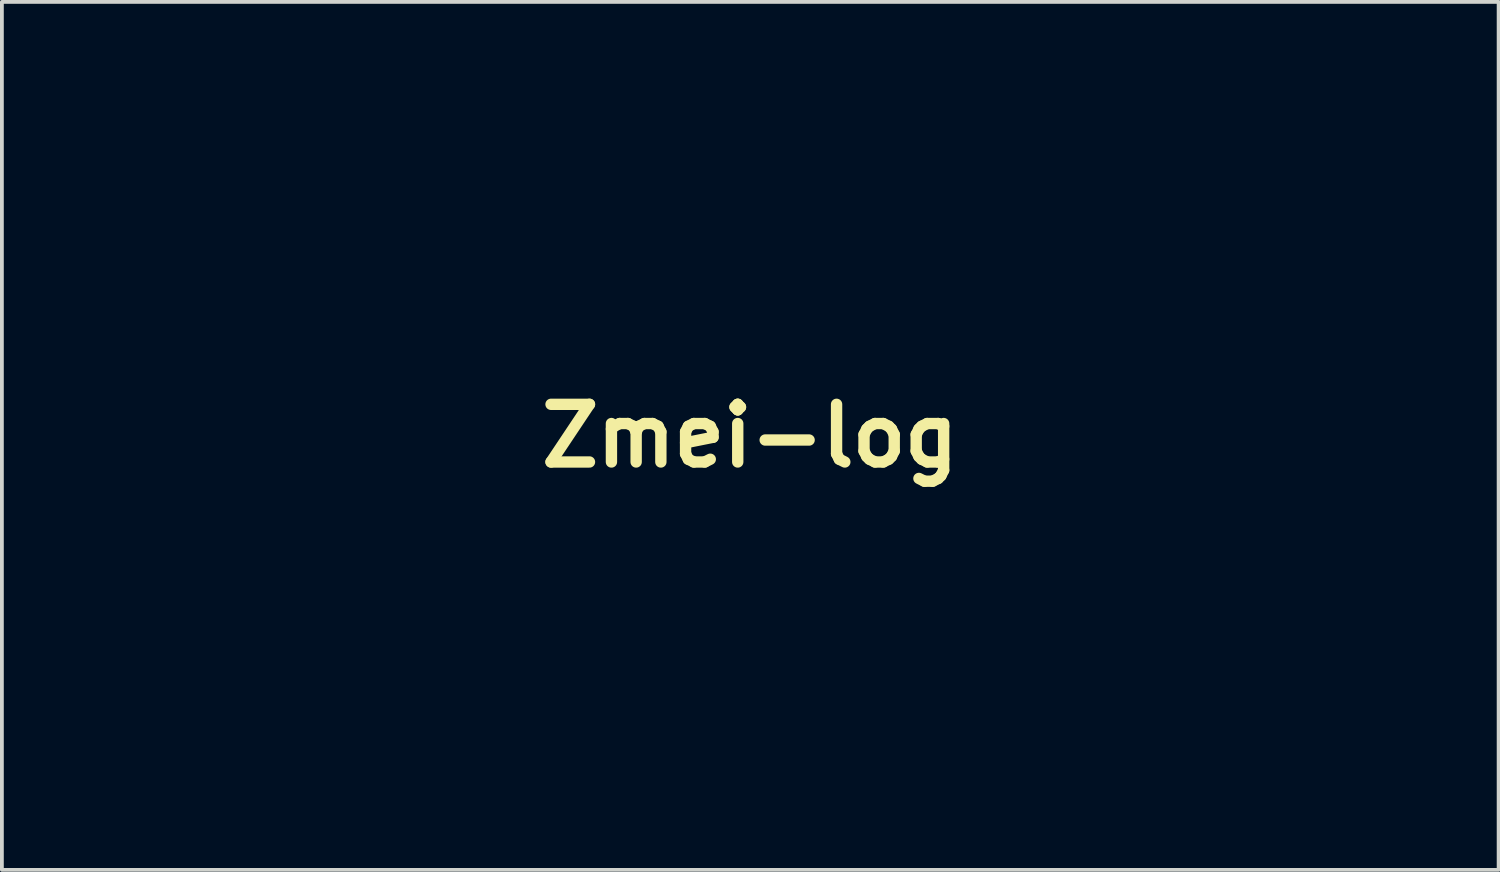
<source format=kicad_pcb>
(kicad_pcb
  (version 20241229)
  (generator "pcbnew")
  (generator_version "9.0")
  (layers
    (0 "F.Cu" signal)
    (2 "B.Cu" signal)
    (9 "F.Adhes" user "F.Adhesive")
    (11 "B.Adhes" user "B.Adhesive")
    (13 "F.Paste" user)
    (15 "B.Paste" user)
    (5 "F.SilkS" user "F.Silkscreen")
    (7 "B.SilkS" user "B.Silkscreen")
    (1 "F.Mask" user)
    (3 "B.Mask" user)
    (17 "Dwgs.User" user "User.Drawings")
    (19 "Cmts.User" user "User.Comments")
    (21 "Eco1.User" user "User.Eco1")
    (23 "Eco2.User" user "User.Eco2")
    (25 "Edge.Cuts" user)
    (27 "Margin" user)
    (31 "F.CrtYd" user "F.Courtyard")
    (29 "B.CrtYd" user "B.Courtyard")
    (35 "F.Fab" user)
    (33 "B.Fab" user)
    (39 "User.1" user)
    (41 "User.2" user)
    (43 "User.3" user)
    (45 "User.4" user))
  (footprint "Zmei-log"
    (layer "F.Cu")
    (at 16.777 8.472)
    (property "Reference" "Zmei-log" (at 0 0 0) (layer "F.SilkS") (effects (font (size 1.524 1.524) (thickness 0.3))))
    (attr through_hole)
    (fp_poly (pts (xy -0.971 -0.277) (xy -0.909 -0.269) (xy -0.86 -0.256) (xy -0.822 -0.236) (xy -0.793 -0.21) (xy -0.775 -0.182) (xy -0.764 -0.148) (xy -0.758 -0.107) (xy -0.758 -0.063) (xy -0.764 -0.024) (xy -0.772 -0.004) (xy -0.801 0.037) (xy -0.839 0.07) (xy -0.887 0.093) (xy -0.947 0.109) (xy -1.02 0.117) (xy -1.077 0.119) (xy -1.16 0.119) (xy -1.16 -0.279) (xy -1.047 -0.279) (xy -0.971 -0.277)) (stroke (width 0.01) (type solid)) (fill no) (layer "Eco2.User"))
    (fp_poly (pts (xy 5.995 -0.278) (xy 6.047 -0.274) (xy 6.088 -0.266) (xy 6.121 -0.253) (xy 6.149 -0.235) (xy 6.169 -0.217) (xy 6.199 -0.176) (xy 6.215 -0.128) (xy 6.218 -0.078) (xy 6.209 -0.028) (xy 6.186 0.019) (xy 6.151 0.058) (xy 6.145 0.062) (xy 6.116 0.081) (xy 6.084 0.095) (xy 6.046 0.105) (xy 5.999 0.112) (xy 5.939 0.116) (xy 5.929 0.116) (xy 5.817 0.121) (xy 5.817 -0.279) (xy 5.929 -0.279) (xy 5.995 -0.278)) (stroke (width 0.01) (type solid)) (fill no) (layer "Eco2.User"))
    (fp_poly (pts (xy 4.537 -0.222) (xy 4.538 -0.216) (xy 4.541 -0.206) (xy 4.549 -0.181) (xy 4.562 -0.145) (xy 4.579 -0.099) (xy 4.599 -0.047) (xy 4.622 0.012) (xy 4.627 0.026) (xy 4.65 0.085) (xy 4.67 0.138) (xy 4.688 0.185) (xy 4.702 0.223) (xy 4.711 0.249) (xy 4.716 0.262) (xy 4.716 0.263) (xy 4.708 0.266) (xy 4.685 0.268) (xy 4.649 0.269) (xy 4.603 0.27) (xy 4.549 0.271) (xy 4.526 0.271) (xy 4.335 0.271) (xy 4.353 0.226) (xy 4.373 0.176) (xy 4.394 0.121) (xy 4.416 0.063) (xy 4.438 0.006) (xy 4.459 -0.05) (xy 4.478 -0.102) (xy 4.495 -0.146) (xy 4.508 -0.182) (xy 4.517 -0.208) (xy 4.521 -0.219) (xy 4.521 -0.22) (xy 4.528 -0.228) (xy 4.53 -0.229) (xy 4.537 -0.222)) (stroke (width 0.01) (type solid)) (fill no) (layer "Eco2.User"))
    (fp_poly (pts (xy 16.773 5.115) (xy 16.774 5.146) (xy 16.774 5.193) (xy 16.775 5.254) (xy 16.776 5.33) (xy 16.776 5.42) (xy 16.777 5.523) (xy 16.777 5.639) (xy 16.778 5.768) (xy 16.778 5.908) (xy 16.779 6.06) (xy 16.779 6.223) (xy 16.779 6.396) (xy 16.78 6.579) (xy 16.78 6.742) (xy 16.781 8.467) (xy 15.064 8.465) (xy 14.896 8.465) (xy 14.732 8.465) (xy 14.574 8.465) (xy 14.422 8.464) (xy 14.278 8.464) (xy 14.142 8.464) (xy 14.014 8.464) (xy 13.896 8.463) (xy 13.788 8.463) (xy 13.691 8.463) (xy 13.606 8.463) (xy 13.534 8.462) (xy 13.475 8.462) (xy 13.43 8.462) (xy 13.401 8.461) (xy 13.386 8.461) (xy 13.386 8.461) (xy 13.443 8.456) (xy 13.512 8.448) (xy 13.586 8.438) (xy 13.661 8.428) (xy 13.729 8.417) (xy 13.767 8.411) (xy 14.008 8.358) (xy 14.245 8.289) (xy 14.476 8.205) (xy 14.7 8.105) (xy 14.918 7.991) (xy 15.128 7.862) (xy 15.329 7.719) (xy 15.521 7.562) (xy 15.703 7.392) (xy 15.705 7.39) (xy 15.875 7.208) (xy 16.032 7.016) (xy 16.176 6.814) (xy 16.304 6.605) (xy 16.419 6.387) (xy 16.518 6.163) (xy 16.602 5.932) (xy 16.671 5.695) (xy 16.724 5.454) (xy 16.761 5.208) (xy 16.771 5.101) (xy 16.772 5.1) (xy 16.773 5.115)) (stroke (width 0.01) (type solid)) (fill no) (layer "Eco2.User"))
    (fp_poly (pts (xy -16.737 5.326) (xy -16.694 5.568) (xy -16.635 5.803) (xy -16.561 6.031) (xy -16.472 6.254) (xy -16.405 6.398) (xy -16.367 6.474) (xy -16.334 6.538) (xy -16.303 6.596) (xy -16.271 6.652) (xy -16.236 6.708) (xy -16.196 6.771) (xy -16.158 6.828) (xy -16.014 7.031) (xy -15.857 7.222) (xy -15.688 7.402) (xy -15.507 7.57) (xy -15.314 7.725) (xy -15.134 7.852) (xy -15.064 7.899) (xy -15.002 7.938) (xy -14.946 7.972) (xy -14.891 8.003) (xy -14.832 8.035) (xy -14.765 8.069) (xy -14.703 8.099) (xy -14.484 8.199) (xy -14.259 8.282) (xy -14.029 8.351) (xy -13.792 8.404) (xy -13.547 8.443) (xy -13.382 8.461) (xy -13.387 8.461) (xy -13.408 8.461) (xy -13.444 8.462) (xy -13.495 8.462) (xy -13.56 8.462) (xy -13.638 8.463) (xy -13.728 8.463) (xy -13.83 8.463) (xy -13.943 8.464) (xy -14.065 8.464) (xy -14.197 8.464) (xy -14.337 8.464) (xy -14.484 8.465) (xy -14.639 8.465) (xy -14.799 8.465) (xy -14.965 8.465) (xy -15.06 8.465) (xy -16.772 8.467) (xy -16.771 6.754) (xy -16.771 6.586) (xy -16.771 6.422) (xy -16.771 6.264) (xy -16.77 6.113) (xy -16.77 5.968) (xy -16.77 5.832) (xy -16.77 5.704) (xy -16.769 5.586) (xy -16.769 5.478) (xy -16.769 5.381) (xy -16.768 5.297) (xy -16.768 5.224) (xy -16.768 5.165) (xy -16.767 5.12) (xy -16.767 5.091) (xy -16.767 5.077) (xy -16.767 5.076) (xy -16.737 5.326)) (stroke (width 0.01) (type solid)) (fill no) (layer "Eco2.User"))
    (fp_poly (pts (xy -15.06 -8.465) (xy -14.892 -8.465) (xy -14.728 -8.465) (xy -14.57 -8.465) (xy -14.419 -8.464) (xy -14.274 -8.464) (xy -14.138 -8.464) (xy -14.01 -8.464) (xy -13.892 -8.463) (xy -13.784 -8.463) (xy -13.687 -8.463) (xy -13.602 -8.463) (xy -13.53 -8.462) (xy -13.471 -8.462) (xy -13.426 -8.462) (xy -13.396 -8.461) (xy -13.382 -8.461) (xy -13.382 -8.461) (xy -13.632 -8.432) (xy -13.874 -8.388) (xy -14.108 -8.329) (xy -14.337 -8.255) (xy -14.56 -8.166) (xy -14.703 -8.099) (xy -14.779 -8.062) (xy -14.844 -8.028) (xy -14.902 -7.997) (xy -14.957 -7.965) (xy -15.014 -7.93) (xy -15.077 -7.89) (xy -15.134 -7.852) (xy -15.337 -7.708) (xy -15.528 -7.551) (xy -15.708 -7.382) (xy -15.876 -7.201) (xy -16.031 -7.008) (xy -16.158 -6.828) (xy -16.204 -6.758) (xy -16.243 -6.696) (xy -16.277 -6.64) (xy -16.309 -6.585) (xy -16.341 -6.526) (xy -16.375 -6.459) (xy -16.405 -6.398) (xy -16.504 -6.178) (xy -16.588 -5.953) (xy -16.657 -5.723) (xy -16.71 -5.486) (xy -16.749 -5.241) (xy -16.767 -5.076) (xy -16.767 -5.081) (xy -16.767 -5.102) (xy -16.768 -5.138) (xy -16.768 -5.189) (xy -16.768 -5.254) (xy -16.769 -5.332) (xy -16.769 -5.423) (xy -16.769 -5.524) (xy -16.769 -5.637) (xy -16.77 -5.759) (xy -16.77 -5.891) (xy -16.77 -6.031) (xy -16.77 -6.179) (xy -16.771 -6.333) (xy -16.771 -6.494) (xy -16.771 -6.659) (xy -16.771 -6.754) (xy -16.772 -8.467) (xy -15.06 -8.465)) (stroke (width 0.01) (type solid)) (fill no) (layer "Eco2.User"))
    (fp_poly (pts (xy 16.781 -6.744) (xy 16.781 -6.574) (xy 16.781 -6.409) (xy 16.781 -6.25) (xy 16.781 -6.096) (xy 16.78 -5.95) (xy 16.78 -5.811) (xy 16.78 -5.681) (xy 16.78 -5.56) (xy 16.779 -5.449) (xy 16.779 -5.349) (xy 16.779 -5.261) (xy 16.779 -5.185) (xy 16.778 -5.123) (xy 16.778 -5.075) (xy 16.777 -5.041) (xy 16.777 -5.024) (xy 16.777 -5.021) (xy 16.774 -5.028) (xy 16.773 -5.048) (xy 16.772 -5.061) (xy 16.77 -5.112) (xy 16.764 -5.176) (xy 16.755 -5.251) (xy 16.743 -5.333) (xy 16.729 -5.419) (xy 16.712 -5.507) (xy 16.694 -5.593) (xy 16.676 -5.675) (xy 16.67 -5.698) (xy 16.602 -5.934) (xy 16.518 -6.163) (xy 16.42 -6.385) (xy 16.307 -6.6) (xy 16.18 -6.807) (xy 16.041 -7.005) (xy 15.888 -7.193) (xy 15.724 -7.371) (xy 15.548 -7.538) (xy 15.361 -7.694) (xy 15.164 -7.838) (xy 14.957 -7.969) (xy 14.741 -8.086) (xy 14.541 -8.179) (xy 14.348 -8.254) (xy 14.144 -8.32) (xy 13.932 -8.375) (xy 13.715 -8.419) (xy 13.496 -8.45) (xy 13.39 -8.461) (xy 13.395 -8.461) (xy 13.416 -8.461) (xy 13.453 -8.462) (xy 13.504 -8.462) (xy 13.569 -8.462) (xy 13.647 -8.463) (xy 13.737 -8.463) (xy 13.839 -8.463) (xy 13.951 -8.464) (xy 14.074 -8.464) (xy 14.205 -8.464) (xy 14.345 -8.464) (xy 14.493 -8.465) (xy 14.647 -8.465) (xy 14.808 -8.465) (xy 14.974 -8.465) (xy 15.069 -8.465) (xy 16.781 -8.467) (xy 16.781 -6.744)) (stroke (width 0.01) (type solid)) (fill no) (layer "Eco2.User"))
    (fp_poly (pts (xy -3.875 -6.908) (xy -3.865 -6.907) (xy -3.826 -6.898) (xy -3.801 -6.88) (xy -3.788 -6.85) (xy -3.785 -6.815) (xy -3.789 -6.769) (xy -3.801 -6.717) (xy -3.822 -6.656) (xy -3.851 -6.587) (xy -3.891 -6.507) (xy -3.94 -6.417) (xy -3.999 -6.315) (xy -4.025 -6.271) (xy -4.078 -6.181) (xy -4.122 -6.105) (xy -4.155 -6.041) (xy -4.179 -5.99) (xy -4.191 -5.959) (xy -4.196 -5.918) (xy -4.187 -5.88) (xy -4.167 -5.848) (xy -4.136 -5.826) (xy -4.098 -5.817) (xy -4.092 -5.817) (xy -4.079 -5.818) (xy -4.05 -5.823) (xy -4.007 -5.83) (xy -3.95 -5.84) (xy -3.882 -5.852) (xy -3.802 -5.866) (xy -3.713 -5.882) (xy -3.615 -5.9) (xy -3.51 -5.919) (xy -3.399 -5.94) (xy -3.282 -5.962) (xy -3.177 -5.982) (xy -3.058 -6.004) (xy -2.943 -6.026) (xy -2.834 -6.046) (xy -2.733 -6.065) (xy -2.639 -6.082) (xy -2.554 -6.098) (xy -2.48 -6.112) (xy -2.416 -6.124) (xy -2.366 -6.133) (xy -2.328 -6.14) (xy -2.305 -6.144) (xy -2.298 -6.145) (xy -2.302 -6.137) (xy -2.315 -6.117) (xy -2.336 -6.085) (xy -2.364 -6.043) (xy -2.398 -5.991) (xy -2.438 -5.931) (xy -2.482 -5.863) (xy -2.531 -5.79) (xy -2.583 -5.712) (xy -2.609 -5.673) (xy -2.663 -5.592) (xy -2.714 -5.514) (xy -2.763 -5.441) (xy -2.807 -5.374) (xy -2.846 -5.314) (xy -2.879 -5.263) (xy -2.906 -5.221) (xy -2.925 -5.191) (xy -2.936 -5.173) (xy -2.938 -5.169) (xy -2.952 -5.123) (xy -2.954 -5.072) (xy -2.944 -5.022) (xy -2.937 -5.006) (xy -2.915 -4.972) (xy -2.882 -4.942) (xy -2.838 -4.916) (xy -2.782 -4.893) (xy -2.713 -4.872) (xy -2.63 -4.854) (xy -2.532 -4.839) (xy -2.418 -4.825) (xy -2.392 -4.822) (xy -2.352 -4.818) (xy -2.304 -4.814) (xy -2.251 -4.809) (xy -2.196 -4.805) (xy -2.143 -4.801) (xy -2.095 -4.797) (xy -2.054 -4.794) (xy -2.025 -4.793) (xy -2.013 -4.792) (xy -2.017 -4.786) (xy -2.032 -4.768) (xy -2.055 -4.74) (xy -2.086 -4.702) (xy -2.125 -4.657) (xy -2.169 -4.605) (xy -2.218 -4.547) (xy -2.272 -4.484) (xy -2.289 -4.464) (xy -2.48 -4.241) (xy -2.661 -4.03) (xy -2.831 -3.831) (xy -2.99 -3.644) (xy -3.139 -3.47) (xy -3.277 -3.307) (xy -3.404 -3.157) (xy -3.52 -3.018) (xy -3.626 -2.893) (xy -3.721 -2.779) (xy -3.804 -2.678) (xy -3.877 -2.589) (xy -3.939 -2.513) (xy -3.99 -2.45) (xy -4.029 -2.399) (xy -4.058 -2.36) (xy -4.058 -2.36) (xy -4.097 -2.297) (xy -4.121 -2.237) (xy -4.129 -2.182) (xy -4.121 -2.13) (xy -4.098 -2.08) (xy -4.093 -2.073) (xy -4.058 -2.036) (xy -4.008 -2.004) (xy -3.948 -1.979) (xy -3.878 -1.96) (xy -3.801 -1.95) (xy -3.747 -1.947) (xy -3.696 -1.947) (xy -3.924 -1.797) (xy -3.993 -1.751) (xy -4.049 -1.713) (xy -4.094 -1.682) (xy -4.129 -1.655) (xy -4.155 -1.633) (xy -4.174 -1.613) (xy -4.188 -1.594) (xy -4.197 -1.575) (xy -4.204 -1.555) (xy -4.207 -1.539) (xy -4.211 -1.496) (xy -4.206 -1.452) (xy -4.193 -1.413) (xy -4.179 -1.391) (xy -4.158 -1.375) (xy -4.128 -1.362) (xy -4.121 -1.36) (xy -4.08 -1.349) (xy -4.159 -1.295) (xy -4.195 -1.27) (xy -4.241 -1.236) (xy -4.296 -1.196) (xy -4.358 -1.15) (xy -4.422 -1.102) (xy -4.489 -1.052) (xy -4.554 -1.002) (xy -4.615 -0.955) (xy -4.671 -0.912) (xy -4.716 -0.877) (xy -4.954 -0.683) (xy -5.177 -0.493) (xy -5.384 -0.305) (xy -5.575 -0.121) (xy -5.752 0.062) (xy -5.915 0.243) (xy -6.064 0.423) (xy -6.199 0.601) (xy -6.321 0.78) (xy -6.358 0.838) (xy -6.442 0.986) (xy -6.51 1.134) (xy -6.562 1.282) (xy -6.597 1.429) (xy -6.617 1.574) (xy -6.619 1.719) (xy -6.606 1.861) (xy -6.576 2.001) (xy -6.529 2.138) (xy -6.501 2.201) (xy -6.44 2.314) (xy -6.364 2.425) (xy -6.273 2.532) (xy -6.17 2.634) (xy -6.057 2.73) (xy -5.933 2.818) (xy -5.856 2.866) (xy -5.692 2.952) (xy -5.515 3.029) (xy -5.326 3.096) (xy -5.125 3.152) (xy -4.912 3.199) (xy -4.688 3.235) (xy -4.454 3.261) (xy -4.21 3.277) (xy -3.957 3.283) (xy -3.695 3.278) (xy -3.425 3.263) (xy -3.148 3.238) (xy -2.863 3.202) (xy -2.572 3.155) (xy -2.275 3.099) (xy -2.261 3.096) (xy -2.037 3.047) (xy -1.819 2.995) (xy -1.602 2.94) (xy -1.385 2.88) (xy -1.165 2.814) (xy -0.939 2.742) (xy -0.705 2.664) (xy -0.461 2.578) (xy -0.322 2.527) (xy -0.054 2.43) (xy 0.201 2.343) (xy 0.444 2.263) (xy 0.677 2.192) (xy 0.901 2.129) (xy 1.116 2.073) (xy 1.325 2.024) (xy 1.528 1.983) (xy 1.728 1.947) (xy 1.924 1.918) (xy 2.119 1.895) (xy 2.159 1.891) (xy 2.229 1.885) (xy 2.312 1.881) (xy 2.403 1.878) (xy 2.499 1.876) (xy 2.598 1.875) (xy 2.695 1.876) (xy 2.789 1.878) (xy 2.874 1.881) (xy 2.949 1.886) (xy 3.004 1.891) (xy 3.194 1.916) (xy 3.377 1.95) (xy 3.553 1.992) (xy 3.726 2.044) (xy 3.898 2.106) (xy 4.07 2.178) (xy 4.244 2.262) (xy 4.423 2.359) (xy 4.609 2.468) (xy 4.688 2.517) (xy 4.722 2.539) (xy 4.769 2.569) (xy 4.824 2.606) (xy 4.888 2.647) (xy 4.956 2.692) (xy 5.027 2.739) (xy 5.099 2.787) (xy 5.131 2.808) (xy 5.204 2.856) (xy 5.279 2.905) (xy 5.353 2.953) (xy 5.424 2.999) (xy 5.489 3.041) (xy 5.547 3.077) (xy 5.593 3.106) (xy 5.607 3.114) (xy 5.816 3.234) (xy 6.019 3.339) (xy 6.22 3.43) (xy 6.419 3.507) (xy 6.62 3.572) (xy 6.823 3.626) (xy 7.032 3.667) (xy 7.248 3.699) (xy 7.383 3.713) (xy 7.457 3.718) (xy 7.544 3.723) (xy 7.642 3.727) (xy 7.748 3.73) (xy 7.857 3.731) (xy 7.967 3.732) (xy 8.075 3.732) (xy 8.178 3.73) (xy 8.272 3.728) (xy 8.306 3.726) (xy 8.658 3.706) (xy 9.022 3.677) (xy 9.395 3.638) (xy 9.775 3.591) (xy 10.159 3.536) (xy 10.545 3.473) (xy 10.736 3.438) (xy 10.772 3.432) (xy 10.802 3.427) (xy 10.821 3.424) (xy 10.826 3.424) (xy 10.82 3.429) (xy 10.801 3.44) (xy 10.77 3.457) (xy 10.73 3.479) (xy 10.683 3.504) (xy 10.63 3.532) (xy 10.573 3.562) (xy 10.514 3.592) (xy 10.455 3.622) (xy 10.399 3.651) (xy 10.346 3.677) (xy 10.299 3.7) (xy 10.271 3.713) (xy 9.937 3.864) (xy 9.604 3.998) (xy 9.27 4.116) (xy 8.933 4.219) (xy 8.593 4.307) (xy 8.247 4.38) (xy 7.894 4.439) (xy 7.533 4.483) (xy 7.353 4.5) (xy 7.291 4.505) (xy 7.214 4.509) (xy 7.126 4.512) (xy 7.029 4.515) (xy 6.927 4.517) (xy 6.821 4.519) (xy 6.715 4.52) (xy 6.611 4.52) (xy 6.513 4.519) (xy 6.422 4.518) (xy 6.343 4.516) (xy 6.281 4.514) (xy 5.945 4.49) (xy 5.614 4.454) (xy 5.284 4.407) (xy 4.953 4.348) (xy 4.619 4.276) (xy 4.28 4.191) (xy 4.064 4.131) (xy 3.958 4.099) (xy 3.843 4.063) (xy 3.718 4.022) (xy 3.583 3.976) (xy 3.436 3.924) (xy 3.276 3.865) (xy 3.152 3.819) (xy 3.07 3.789) (xy 2.987 3.758) (xy 2.906 3.728) (xy 2.83 3.7) (xy 2.76 3.675) (xy 2.699 3.653) (xy 2.651 3.636) (xy 2.631 3.629) (xy 2.568 3.606) (xy 2.496 3.58) (xy 2.423 3.553) (xy 2.356 3.527) (xy 2.325 3.515) (xy 2.236 3.48) (xy 2.158 3.451) (xy 2.087 3.428) (xy 2.022 3.409) (xy 1.957 3.394) (xy 1.889 3.38) (xy 1.815 3.368) (xy 1.791 3.365) (xy 1.697 3.355) (xy 1.599 3.35) (xy 1.497 3.35) (xy 1.388 3.357) (xy 1.271 3.369) (xy 1.145 3.388) (xy 1.008 3.413) (xy 0.859 3.444) (xy 0.697 3.482) (xy 0.639 3.496) (xy 0.525 3.525) (xy 0.411 3.554) (xy 0.296 3.585) (xy 0.18 3.617) (xy 0.06 3.651) (xy -0.063 3.688) (xy -0.189 3.726) (xy -0.321 3.767) (xy -0.458 3.81) (xy -0.602 3.857) (xy -0.753 3.907) (xy -0.912 3.96) (xy -1.08 4.017) (xy -1.257 4.078) (xy -1.444 4.144) (xy -1.643 4.214) (xy -1.853 4.288) (xy -2.076 4.368) (xy -2.313 4.453) (xy -2.563 4.544) (xy -2.829 4.64) (xy -2.862 4.652) (xy -3.039 4.717) (xy -3.202 4.776) (xy -3.35 4.83) (xy -3.485 4.879) (xy -3.607 4.923) (xy -3.718 4.963) (xy -3.818 4.999) (xy -3.909 5.031) (xy -3.99 5.059) (xy -4.063 5.085) (xy -4.129 5.107) (xy -4.188 5.127) (xy -4.242 5.145) (xy -4.291 5.16) (xy -4.337 5.174) (xy -4.379 5.187) (xy -4.419 5.198) (xy -4.458 5.209) (xy -4.497 5.219) (xy -4.536 5.228) (xy -4.547 5.231) (xy -4.87 5.303) (xy -5.202 5.363) (xy -5.54 5.409) (xy -5.88 5.441) (xy -6.058 5.452) (xy -6.111 5.455) (xy -6.175 5.457) (xy -6.246 5.458) (xy -6.322 5.459) (xy -6.399 5.459) (xy -6.474 5.459) (xy -6.543 5.459) (xy -6.603 5.458) (xy -6.652 5.456) (xy -6.668 5.455) (xy -6.822 5.445) (xy -6.963 5.434) (xy -7.093 5.42) (xy -7.214 5.405) (xy -7.33 5.388) (xy -7.443 5.367) (xy -7.556 5.344) (xy -7.652 5.321) (xy -7.866 5.262) (xy -8.068 5.193) (xy -8.257 5.114) (xy -8.432 5.024) (xy -8.595 4.924) (xy -8.744 4.814) (xy -8.879 4.693) (xy -9.001 4.563) (xy -9.11 4.423) (xy -9.204 4.273) (xy -9.206 4.271) (xy -9.277 4.129) (xy -9.342 3.973) (xy -9.398 3.802) (xy -9.447 3.615) (xy -9.488 3.414) (xy -9.522 3.197) (xy -9.549 2.965) (xy -9.551 2.934) (xy -9.556 2.873) (xy -9.559 2.798) (xy -9.561 2.713) (xy -9.562 2.621) (xy -9.562 2.526) (xy -9.56 2.431) (xy -9.558 2.338) (xy -9.555 2.252) (xy -9.551 2.176) (xy -9.547 2.125) (xy -9.516 1.852) (xy -9.473 1.587) (xy -9.418 1.329) (xy -9.35 1.076) (xy -9.268 0.825) (xy -9.172 0.575) (xy -9.061 0.322) (xy -8.982 0.158) (xy -8.872 -0.054) (xy -8.761 -0.251) (xy -8.649 -0.434) (xy -8.534 -0.605) (xy -8.414 -0.766) (xy -8.288 -0.92) (xy -8.154 -1.066) (xy -8.012 -1.208) (xy -7.86 -1.346) (xy -7.696 -1.483) (xy -7.612 -1.549) (xy -7.552 -1.595) (xy -7.493 -1.639) (xy -7.433 -1.683) (xy -7.372 -1.726) (xy -7.307 -1.771) (xy -7.238 -1.817) (xy -7.162 -1.866) (xy -7.08 -1.918) (xy -6.988 -1.975) (xy -6.887 -2.037) (xy -6.774 -2.106) (xy -6.649 -2.181) (xy -6.584 -2.22) (xy -6.43 -2.313) (xy -6.29 -2.398) (xy -6.163 -2.477) (xy -6.048 -2.549) (xy -5.945 -2.617) (xy -5.851 -2.679) (xy -5.766 -2.738) (xy -5.689 -2.794) (xy -5.62 -2.846) (xy -5.556 -2.897) (xy -5.498 -2.947) (xy -5.487 -2.957) (xy -5.406 -3.033) (xy -5.341 -3.106) (xy -5.292 -3.176) (xy -5.26 -3.242) (xy -5.244 -3.304) (xy -5.244 -3.362) (xy -5.26 -3.416) (xy -5.293 -3.466) (xy -5.297 -3.471) (xy -5.339 -3.507) (xy -5.39 -3.533) (xy -5.454 -3.55) (xy -5.529 -3.558) (xy -5.618 -3.558) (xy -5.656 -3.555) (xy -5.698 -3.552) (xy -5.738 -3.547) (xy -5.779 -3.542) (xy -5.821 -3.535) (xy -5.866 -3.527) (xy -5.917 -3.516) (xy -5.975 -3.503) (xy -6.041 -3.488) (xy -6.118 -3.469) (xy -6.206 -3.446) (xy -6.309 -3.42) (xy -6.354 -3.408) (xy -6.449 -3.385) (xy -6.557 -3.362) (xy -6.672 -3.339) (xy -6.792 -3.318) (xy -6.91 -3.299) (xy -7.024 -3.282) (xy -7.129 -3.27) (xy -7.137 -3.269) (xy -7.212 -3.261) (xy -7.284 -3.255) (xy -7.352 -3.25) (xy -7.414 -3.247) (xy -7.468 -3.244) (xy -7.513 -3.243) (xy -7.546 -3.244) (xy -7.565 -3.246) (xy -7.569 -3.249) (xy -7.57 -3.259) (xy -7.572 -3.283) (xy -7.576 -3.318) (xy -7.58 -3.359) (xy -7.582 -3.374) (xy -7.59 -3.467) (xy -7.597 -3.566) (xy -7.603 -3.665) (xy -7.607 -3.763) (xy -7.61 -3.854) (xy -7.61 -3.935) (xy -7.609 -3.984) (xy -7.602 -4.097) (xy -7.592 -4.213) (xy -7.578 -4.328) (xy -7.561 -4.44) (xy -7.541 -4.546) (xy -7.52 -4.644) (xy -7.496 -4.731) (xy -7.471 -4.803) (xy -7.47 -4.807) (xy -7.449 -4.86) (xy -7.401 -4.86) (xy -7.375 -4.859) (xy -7.336 -4.858) (xy -7.29 -4.857) (xy -7.242 -4.855) (xy -7.232 -4.854) (xy -7.112 -4.849) (xy -7.068 -4.772) (xy -6.991 -4.643) (xy -6.908 -4.524) (xy -6.821 -4.418) (xy -6.734 -4.326) (xy -6.73 -4.323) (xy -6.642 -4.247) (xy -6.555 -4.185) (xy -6.468 -4.138) (xy -6.378 -4.105) (xy -6.284 -4.084) (xy -6.193 -4.075) (xy -6.06 -4.076) (xy -5.935 -4.091) (xy -5.818 -4.12) (xy -5.71 -4.163) (xy -5.612 -4.22) (xy -5.523 -4.291) (xy -5.444 -4.376) (xy -5.375 -4.473) (xy -5.339 -4.538) (xy -5.288 -4.653) (xy -5.248 -4.775) (xy -5.22 -4.898) (xy -5.211 -4.97) (xy -5.207 -5.001) (xy -5.201 -5.02) (xy -5.191 -5.034) (xy -5.174 -5.048) (xy -5.171 -5.05) (xy -5.139 -5.079) (xy -5.112 -5.115) (xy -5.094 -5.152) (xy -5.088 -5.182) (xy -5.097 -5.22) (xy -5.12 -5.256) (xy -5.157 -5.288) (xy -5.165 -5.293) (xy -5.203 -5.317) (xy -6.185 -5.284) (xy -6.312 -5.28) (xy -6.435 -5.276) (xy -6.552 -5.272) (xy -6.662 -5.269) (xy -6.764 -5.266) (xy -6.857 -5.263) (xy -6.94 -5.26) (xy -7.012 -5.258) (xy -7.072 -5.256) (xy -7.118 -5.255) (xy -7.15 -5.254) (xy -7.167 -5.254) (xy -7.17 -5.254) (xy -7.166 -5.261) (xy -7.15 -5.276) (xy -7.125 -5.299) (xy -7.093 -5.328) (xy -7.055 -5.361) (xy -7.013 -5.396) (xy -6.969 -5.432) (xy -6.926 -5.467) (xy -6.884 -5.499) (xy -6.854 -5.522) (xy -6.81 -5.555) (xy -6.758 -5.592) (xy -6.7 -5.633) (xy -6.638 -5.676) (xy -6.573 -5.72) (xy -6.507 -5.765) (xy -6.441 -5.809) (xy -6.377 -5.851) (xy -6.316 -5.891) (xy -6.261 -5.926) (xy -6.212 -5.957) (xy -6.172 -5.982) (xy -6.141 -6) (xy -6.122 -6.01) (xy -6.117 -6.011) (xy -6.114 -6.004) (xy -6.113 -5.991) (xy -6.108 -5.969) (xy -6.098 -5.952) (xy -6.084 -5.94) (xy -6.069 -5.938) (xy -6.052 -5.947) (xy -6.031 -5.969) (xy -6.005 -6.005) (xy -5.989 -6.029) (xy -5.964 -6.066) (xy -5.944 -6.091) (xy -5.927 -6.11) (xy -5.907 -6.125) (xy -5.883 -6.14) (xy -5.869 -6.147) (xy -5.84 -6.162) (xy -5.816 -6.172) (xy -5.801 -6.176) (xy -5.799 -6.175) (xy -5.791 -6.162) (xy -5.78 -6.137) (xy -5.766 -6.105) (xy -5.753 -6.07) (xy -5.741 -6.035) (xy -5.732 -6.006) (xy -5.732 -6.005) (xy -5.718 -5.967) (xy -5.701 -5.944) (xy -5.682 -5.937) (xy -5.663 -5.947) (xy -5.644 -5.972) (xy -5.64 -5.98) (xy -5.617 -6.045) (xy -5.607 -6.119) (xy -5.61 -6.199) (xy -5.618 -6.245) (xy -5.623 -6.271) (xy -5.46 -6.345) (xy -5.254 -6.436) (xy -5.046 -6.522) (xy -4.832 -6.606) (xy -4.609 -6.688) (xy -4.373 -6.77) (xy -4.297 -6.795) (xy -4.208 -6.824) (xy -4.134 -6.848) (xy -4.072 -6.868) (xy -4.021 -6.883) (xy -3.98 -6.894) (xy -3.946 -6.901) (xy -3.919 -6.906) (xy -3.896 -6.908) (xy -3.875 -6.908)) (stroke (width 0.01) (type solid)) (fill no) (layer "Eco2.User"))
    (fp_poly (pts (xy 0.582 -8.145) (xy 1.144 -8.145) (xy 1.689 -8.145) (xy 2.218 -8.145) (xy 2.731 -8.145) (xy 3.228 -8.145) (xy 3.709 -8.145) (xy 4.176 -8.145) (xy 4.627 -8.145) (xy 5.064 -8.145) (xy 5.486 -8.145) (xy 5.894 -8.145) (xy 6.288 -8.145) (xy 6.668 -8.145) (xy 7.034 -8.145) (xy 7.387 -8.144) (xy 7.727 -8.144) (xy 8.054 -8.144) (xy 8.369 -8.144) (xy 8.671 -8.144) (xy 8.962 -8.144) (xy 9.24 -8.144) (xy 9.507 -8.144) (xy 9.762 -8.144) (xy 10.006 -8.144) (xy 10.24 -8.143) (xy 10.462 -8.143) (xy 10.675 -8.143) (xy 10.877 -8.143) (xy 11.069 -8.143) (xy 11.251 -8.143) (xy 11.424 -8.142) (xy 11.588 -8.142) (xy 11.743 -8.142) (xy 11.889 -8.142) (xy 12.027 -8.142) (xy 12.156 -8.141) (xy 12.277 -8.141) (xy 12.391 -8.141) (xy 12.497 -8.14) (xy 12.596 -8.14) (xy 12.688 -8.14) (xy 12.773 -8.14) (xy 12.851 -8.139) (xy 12.923 -8.139) (xy 12.99 -8.139) (xy 13.05 -8.138) (xy 13.105 -8.138) (xy 13.154 -8.137) (xy 13.198 -8.137) (xy 13.237 -8.137) (xy 13.272 -8.136) (xy 13.303 -8.136) (xy 13.329 -8.135) (xy 13.351 -8.135) (xy 13.37 -8.134) (xy 13.385 -8.134) (xy 13.397 -8.133) (xy 13.407 -8.133) (xy 13.412 -8.132) (xy 13.648 -8.101) (xy 13.88 -8.054) (xy 14.106 -7.991) (xy 14.326 -7.914) (xy 14.539 -7.821) (xy 14.745 -7.715) (xy 14.942 -7.595) (xy 15.131 -7.461) (xy 15.31 -7.315) (xy 15.479 -7.156) (xy 15.638 -6.985) (xy 15.785 -6.803) (xy 15.92 -6.61) (xy 16.042 -6.406) (xy 16.083 -6.33) (xy 16.176 -6.136) (xy 16.256 -5.939) (xy 16.322 -5.737) (xy 16.377 -5.528) (xy 16.419 -5.309) (xy 16.436 -5.199) (xy 16.455 -5.059) (xy 16.455 5.059) (xy 16.436 5.199) (xy 16.399 5.423) (xy 16.35 5.637) (xy 16.29 5.842) (xy 16.217 6.04) (xy 16.13 6.235) (xy 16.083 6.33) (xy 15.966 6.537) (xy 15.835 6.734) (xy 15.692 6.921) (xy 15.536 7.097) (xy 15.369 7.261) (xy 15.191 7.414) (xy 15.003 7.553) (xy 14.805 7.68) (xy 14.598 7.792) (xy 14.383 7.89) (xy 14.334 7.91) (xy 14.19 7.964) (xy 14.049 8.01) (xy 13.907 8.049) (xy 13.759 8.082) (xy 13.601 8.11) (xy 13.525 8.122) (xy 13.399 8.14) (xy 0.047 8.142) (xy -0.543 8.142) (xy -1.116 8.142) (xy -1.672 8.142) (xy -2.212 8.142) (xy -2.737 8.142) (xy -3.245 8.142) (xy -3.738 8.142) (xy -4.215 8.142) (xy -4.677 8.142) (xy -5.124 8.142) (xy -5.557 8.142) (xy -5.975 8.142) (xy -6.379 8.142) (xy -6.768 8.142) (xy -7.144 8.142) (xy -7.507 8.142) (xy -7.856 8.142) (xy -8.192 8.142) (xy -8.514 8.142) (xy -8.825 8.142) (xy -9.122 8.141) (xy -9.408 8.141) (xy -9.681 8.141) (xy -9.943 8.141) (xy -10.193 8.141) (xy -10.432 8.141) (xy -10.66 8.141) (xy -10.876 8.141) (xy -11.082 8.14) (xy -11.278 8.14) (xy -11.463 8.14) (xy -11.638 8.14) (xy -11.804 8.14) (xy -11.96 8.139) (xy -12.106 8.139) (xy -12.244 8.139) (xy -12.372 8.139) (xy -12.492 8.138) (xy -12.603 8.138) (xy -12.706 8.138) (xy -12.801 8.137) (xy -12.889 8.137) (xy -12.969 8.137) (xy -13.041 8.136) (xy -13.106 8.136) (xy -13.165 8.136) (xy -13.216 8.135) (xy -13.262 8.135) (xy -13.301 8.135) (xy -13.334 8.134) (xy -13.361 8.134) (xy -13.383 8.133) (xy -13.399 8.133) (xy -13.41 8.132) (xy -13.415 8.132) (xy -13.615 8.106) (xy -13.812 8.068) (xy -13.904 8.047) (xy -14.132 7.981) (xy -14.353 7.901) (xy -14.566 7.805) (xy -14.773 7.694) (xy -14.974 7.567) (xy -15.17 7.425) (xy -15.199 7.402) (xy -15.26 7.351) (xy -15.328 7.29) (xy -15.4 7.221) (xy -15.474 7.149) (xy -15.546 7.075) (xy -15.612 7.004) (xy -15.671 6.937) (xy -15.707 6.893) (xy -15.853 6.698) (xy -15.983 6.496) (xy -16.098 6.287) (xy -16.196 6.072) (xy -16.279 5.852) (xy -16.346 5.625) (xy -16.397 5.393) (xy -16.432 5.156) (xy -16.438 5.098) (xy -16.439 5.08) (xy -16.44 5.045) (xy -16.441 4.994) (xy -16.442 4.928) (xy -16.443 4.848) (xy -16.443 4.753) (xy -16.444 4.645) (xy -16.445 4.524) (xy -16.446 4.391) (xy -16.446 4.246) (xy -16.447 4.091) (xy -16.447 3.924) (xy -16.448 3.748) (xy -16.449 3.562) (xy -16.449 3.367) (xy -16.45 3.164) (xy -16.45 2.954) (xy -16.45 2.736) (xy -16.45 2.644) (xy -10.218 2.644) (xy -10.217 2.781) (xy -10.214 2.906) (xy -10.208 3.022) (xy -10.2 3.132) (xy -10.188 3.239) (xy -10.185 3.268) (xy -10.149 3.497) (xy -10.1 3.714) (xy -10.039 3.921) (xy -9.965 4.118) (xy -9.878 4.306) (xy -9.778 4.484) (xy -9.664 4.655) (xy -9.63 4.701) (xy -9.595 4.744) (xy -9.549 4.796) (xy -9.497 4.852) (xy -9.44 4.911) (xy -9.382 4.969) (xy -9.324 5.025) (xy -9.271 5.074) (xy -9.224 5.114) (xy -9.203 5.131) (xy -9.034 5.251) (xy -8.856 5.36) (xy -8.669 5.457) (xy -8.471 5.543) (xy -8.263 5.618) (xy -8.044 5.682) (xy -7.813 5.734) (xy -7.571 5.777) (xy -7.315 5.808) (xy -7.074 5.828) (xy -7.038 5.83) (xy -6.988 5.831) (xy -6.926 5.831) (xy -6.853 5.831) (xy -6.773 5.831) (xy -6.687 5.83) (xy -6.598 5.829) (xy -6.509 5.827) (xy -6.421 5.826) (xy -6.337 5.824) (xy -6.259 5.822) (xy -6.189 5.819) (xy -6.13 5.817) (xy -6.084 5.814) (xy -6.071 5.813) (xy -5.67 5.774) (xy -5.28 5.721) (xy -4.9 5.656) (xy -4.529 5.577) (xy -4.424 5.552) (xy -4.386 5.543) (xy -4.347 5.533) (xy -4.307 5.522) (xy -4.263 5.509) (xy -4.216 5.495) (xy -4.163 5.479) (xy -4.103 5.46) (xy -4.036 5.439) (xy -3.96 5.414) (xy -3.874 5.386) (xy -3.777 5.354) (xy -3.667 5.317) (xy -3.544 5.276) (xy -3.406 5.23) (xy -3.395 5.226) (xy -3.135 5.139) (xy -2.889 5.057) (xy -2.657 4.981) (xy -2.438 4.908) (xy -2.229 4.841) (xy -2.031 4.777) (xy -1.842 4.716) (xy -1.661 4.659) (xy -1.486 4.605) (xy -1.317 4.553) (xy -1.152 4.503) (xy -0.99 4.455) (xy -0.831 4.408) (xy -0.672 4.363) (xy -0.513 4.318) (xy -0.352 4.273) (xy -0.238 4.242) (xy -0.017 4.182) (xy 0.196 4.127) (xy 0.4 4.077) (xy 0.593 4.032) (xy 0.776 3.991) (xy 0.948 3.955) (xy 1.107 3.925) (xy 1.254 3.9) (xy 1.388 3.88) (xy 1.508 3.865) (xy 1.614 3.857) (xy 1.706 3.854) (xy 1.757 3.855) (xy 1.781 3.856) (xy 1.803 3.858) (xy 1.824 3.86) (xy 1.845 3.864) (xy 1.868 3.87) (xy 1.895 3.878) (xy 1.927 3.889) (xy 1.965 3.904) (xy 2.012 3.922) (xy 2.068 3.945) (xy 2.135 3.974) (xy 2.214 4.007) (xy 2.307 4.047) (xy 2.385 4.08) (xy 2.465 4.114) (xy 2.545 4.147) (xy 2.621 4.179) (xy 2.69 4.208) (xy 2.75 4.233) (xy 2.797 4.252) (xy 2.798 4.252) (xy 3.189 4.402) (xy 3.574 4.536) (xy 3.954 4.656) (xy 4.331 4.76) (xy 4.704 4.849) (xy 5.076 4.924) (xy 5.446 4.985) (xy 5.817 5.031) (xy 6.188 5.063) (xy 6.325 5.072) (xy 6.389 5.075) (xy 6.466 5.077) (xy 6.554 5.079) (xy 6.648 5.08) (xy 6.747 5.081) (xy 6.847 5.081) (xy 6.945 5.08) (xy 7.039 5.079) (xy 7.125 5.077) (xy 7.2 5.075) (xy 7.262 5.073) (xy 7.273 5.072) (xy 7.658 5.041) (xy 8.036 4.994) (xy 8.409 4.932) (xy 8.777 4.855) (xy 9.139 4.762) (xy 9.497 4.654) (xy 9.85 4.53) (xy 10.199 4.39) (xy 10.544 4.233) (xy 10.885 4.061) (xy 11.223 3.872) (xy 11.558 3.667) (xy 11.891 3.446) (xy 12.221 3.208) (xy 12.355 3.106) (xy 12.417 3.057) (xy 12.465 3.015) (xy 12.503 2.978) (xy 12.53 2.944) (xy 12.549 2.911) (xy 12.56 2.876) (xy 12.566 2.837) (xy 12.568 2.794) (xy 12.562 2.728) (xy 12.542 2.67) (xy 12.506 2.616) (xy 12.496 2.604) (xy 12.443 2.557) (xy 12.385 2.526) (xy 12.32 2.51) (xy 12.304 2.508) (xy 12.284 2.508) (xy 12.265 2.508) (xy 12.242 2.511) (xy 12.215 2.516) (xy 12.18 2.524) (xy 12.135 2.535) (xy 12.077 2.551) (xy 12.042 2.56) (xy 11.806 2.623) (xy 11.564 2.686) (xy 11.319 2.748) (xy 11.073 2.808) (xy 10.827 2.866) (xy 10.584 2.921) (xy 10.346 2.973) (xy 10.116 3.022) (xy 9.894 3.067) (xy 9.684 3.108) (xy 9.486 3.144) (xy 9.428 3.154) (xy 9.134 3.201) (xy 8.853 3.24) (xy 8.584 3.271) (xy 8.329 3.293) (xy 8.088 3.308) (xy 7.859 3.314) (xy 7.645 3.312) (xy 7.445 3.302) (xy 7.259 3.284) (xy 7.088 3.257) (xy 7.074 3.254) (xy 6.922 3.222) (xy 6.775 3.184) (xy 6.631 3.14) (xy 6.489 3.088) (xy 6.346 3.029) (xy 6.201 2.96) (xy 6.053 2.883) (xy 5.898 2.795) (xy 5.737 2.696) (xy 5.567 2.585) (xy 5.52 2.554) (xy 5.39 2.466) (xy 5.273 2.387) (xy 5.168 2.317) (xy 5.074 2.254) (xy 4.99 2.198) (xy 4.915 2.149) (xy 4.847 2.105) (xy 4.786 2.066) (xy 4.731 2.031) (xy 4.681 2) (xy 4.634 1.972) (xy 4.589 1.946) (xy 4.547 1.923) (xy 4.504 1.9) (xy 4.462 1.877) (xy 4.417 1.854) (xy 4.37 1.831) (xy 4.369 1.83) (xy 4.311 1.801) (xy 4.248 1.772) (xy 4.187 1.743) (xy 4.131 1.718) (xy 4.085 1.699) (xy 3.874 1.619) (xy 3.659 1.552) (xy 3.438 1.497) (xy 3.211 1.454) (xy 2.978 1.424) (xy 2.737 1.406) (xy 2.49 1.4) (xy 2.234 1.407) (xy 1.969 1.425) (xy 1.695 1.456) (xy 1.41 1.5) (xy 1.116 1.555) (xy 0.81 1.623) (xy 0.8 1.625) (xy 0.702 1.649) (xy 0.604 1.674) (xy 0.504 1.701) (xy 0.401 1.73) (xy 0.292 1.762) (xy 0.177 1.796) (xy 0.053 1.835) (xy -0.081 1.877) (xy -0.226 1.925) (xy -0.384 1.977) (xy -0.5 2.015) (xy -0.595 2.047) (xy -0.691 2.079) (xy -0.785 2.11) (xy -0.876 2.139) (xy -0.961 2.167) (xy -1.038 2.191) (xy -1.105 2.212) (xy -1.16 2.229) (xy -1.194 2.24) (xy -1.549 2.339) (xy -1.893 2.426) (xy -2.228 2.5) (xy -2.552 2.561) (xy -2.867 2.61) (xy -3.173 2.646) (xy -3.471 2.67) (xy -3.76 2.681) (xy -4.005 2.681) (xy -4.143 2.677) (xy -4.268 2.671) (xy -4.383 2.663) (xy -4.491 2.653) (xy -4.596 2.639) (xy -4.701 2.622) (xy -4.763 2.611) (xy -4.941 2.572) (xy -5.107 2.526) (xy -5.261 2.474) (xy -5.401 2.415) (xy -5.529 2.35) (xy -5.643 2.279) (xy -5.742 2.203) (xy -5.827 2.121) (xy -5.897 2.034) (xy -5.951 1.942) (xy -5.99 1.846) (xy -5.998 1.816) (xy -6.014 1.723) (xy -6.016 1.623) (xy -6.003 1.519) (xy -5.976 1.412) (xy -5.971 1.397) (xy -5.943 1.323) (xy -5.904 1.239) (xy -5.855 1.144) (xy -5.796 1.042) (xy -5.729 0.933) (xy -5.655 0.818) (xy -5.574 0.699) (xy -5.559 0.677) (xy -1.312 0.677) (xy -1.16 0.677) (xy -1.16 0.229) (xy -1.094 0.229) (xy -1.06 0.23) (xy -1.031 0.234) (xy -1.012 0.239) (xy -1.01 0.239) (xy -1.001 0.249) (xy -0.983 0.27) (xy -0.958 0.301) (xy -0.927 0.341) (xy -0.893 0.387) (xy -0.856 0.437) (xy -0.851 0.445) (xy -0.813 0.496) (xy -0.778 0.543) (xy -0.747 0.585) (xy -0.722 0.62) (xy -0.703 0.644) (xy -0.693 0.658) (xy -0.692 0.658) (xy -0.682 0.667) (xy -0.67 0.673) (xy -0.653 0.676) (xy -0.625 0.677) (xy -0.591 0.677) (xy -0.556 0.677) (xy -0.528 0.676) (xy -0.511 0.674) (xy -0.508 0.673) (xy -0.513 0.665) (xy -0.526 0.645) (xy -0.547 0.616) (xy -0.574 0.579) (xy -0.605 0.536) (xy -0.639 0.49) (xy -0.675 0.442) (xy -0.71 0.394) (xy -0.744 0.348) (xy -0.776 0.306) (xy -0.803 0.271) (xy -0.824 0.243) (xy -0.838 0.225) (xy -0.843 0.22) (xy -0.847 0.214) (xy -0.843 0.207) (xy -0.829 0.197) (xy -0.803 0.184) (xy -0.79 0.178) (xy -0.73 0.143) (xy -0.68 0.099) (xy -0.642 0.05) (xy -0.621 0.006) (xy -0.609 -0.047) (xy -0.605 -0.106) (xy -0.61 -0.164) (xy -0.622 -0.215) (xy -0.628 -0.229) (xy -0.66 -0.282) (xy -0.702 -0.325) (xy -0.757 -0.359) (xy -0.826 -0.385) (xy -0.832 -0.387) (xy -0.853 -0.392) (xy -0.883 -0.395) (xy -0.923 -0.398) (xy -0.976 -0.401) (xy -1.042 -0.403) (xy -1.094 -0.404) (xy -1.216 -0.406) (xy 0.127 -0.406) (xy 0.127 0.677) (xy 0.796 0.677) (xy 0.796 0.55) (xy 0.279 0.55) (xy 0.279 0.544) (xy 1.396 0.544) (xy 1.416 0.565) (xy 1.442 0.589) (xy 1.478 0.614) (xy 1.519 0.639) (xy 1.557 0.658) (xy 1.575 0.665) (xy 1.644 0.681) (xy 1.72 0.688) (xy 1.795 0.686) (xy 1.858 0.676) (xy 1.926 0.65) (xy 1.985 0.612) (xy 2.034 0.561) (xy 2.07 0.502) (xy 2.086 0.458) (xy 2.097 0.406) (xy 2.1 0.349) (xy 2.096 0.295) (xy 2.086 0.248) (xy 2.08 0.233) (xy 2.06 0.197) (xy 2.034 0.166) (xy 2 0.139) (xy 1.956 0.112) (xy 1.9 0.086) (xy 1.83 0.059) (xy 1.81 0.052) (xy 1.753 0.032) (xy 1.71 0.015) (xy 1.678 -0.000414) (xy 1.653 -0.015) (xy 1.633 -0.031) (xy 1.618 -0.046) (xy 1.603 -0.067) (xy 1.595 -0.086) (xy 1.592 -0.111) (xy 1.592 -0.126) (xy 1.598 -0.175) (xy 1.618 -0.214) (xy 1.653 -0.248) (xy 1.659 -0.252) (xy 1.712 -0.277) (xy 1.769 -0.288) (xy 1.831 -0.282) (xy 1.896 -0.26) (xy 1.949 -0.232) (xy 1.984 -0.214) (xy 2.009 -0.208) (xy 2.03 -0.216) (xy 2.049 -0.239) (xy 2.061 -0.262) (xy 2.082 -0.304) (xy 2.055 -0.327) (xy 2.019 -0.351) (xy 1.974 -0.375) (xy 1.924 -0.395) (xy 1.883 -0.406) (xy 2.794 -0.406) (xy 2.794 0.677) (xy 3.463 0.677) (xy 3.463 0.67) (xy 4.025 0.67) (xy 4.03 0.674) (xy 4.045 0.676) (xy 4.072 0.677) (xy 4.092 0.677) (xy 4.129 0.677) (xy 4.154 0.674) (xy 4.169 0.669) (xy 4.176 0.663) (xy 4.184 0.65) (xy 4.196 0.624) (xy 4.211 0.589) (xy 4.229 0.547) (xy 4.24 0.516) (xy 4.291 0.385) (xy 4.764 0.381) (xy 4.817 0.518) (xy 4.835 0.564) (xy 4.852 0.605) (xy 4.867 0.637) (xy 4.878 0.659) (xy 4.883 0.667) (xy 4.895 0.67) (xy 4.918 0.674) (xy 4.947 0.676) (xy 4.978 0.678) (xy 5.006 0.679) (xy 5.028 0.678) (xy 5.03 0.677) (xy 5.664 0.677) (xy 5.817 0.677) (xy 5.817 0.229) (xy 5.882 0.229) (xy 5.927 0.23) (xy 5.956 0.236) (xy 5.967 0.241) (xy 5.976 0.251) (xy 5.994 0.273) (xy 6.019 0.305) (xy 6.049 0.345) (xy 6.084 0.392) (xy 6.122 0.444) (xy 6.136 0.462) (xy 6.178 0.52) (xy 6.216 0.571) (xy 6.249 0.613) (xy 6.275 0.645) (xy 6.293 0.666) (xy 6.303 0.674) (xy 6.303 0.674) (xy 6.319 0.675) (xy 6.347 0.676) (xy 6.382 0.676) (xy 6.395 0.676) (xy 6.469 0.673) (xy 6.32 0.47) (xy 6.281 0.417) (xy 6.244 0.367) (xy 6.211 0.322) (xy 6.183 0.284) (xy 6.161 0.255) (xy 6.147 0.237) (xy 6.146 0.235) (xy 6.131 0.216) (xy 6.127 0.205) (xy 6.131 0.2) (xy 6.136 0.198) (xy 6.189 0.176) (xy 6.24 0.146) (xy 6.282 0.113) (xy 6.294 0.101) (xy 6.296 0.098) (xy 7.023 0.098) (xy 7.024 0.195) (xy 7.027 0.219) (xy 7.046 0.318) (xy 7.078 0.407) (xy 7.122 0.485) (xy 7.177 0.551) (xy 7.243 0.605) (xy 7.319 0.647) (xy 7.404 0.675) (xy 7.466 0.685) (xy 7.495 0.689) (xy 7.517 0.692) (xy 7.527 0.693) (xy 7.527 0.693) (xy 7.537 0.693) (xy 7.559 0.691) (xy 7.591 0.688) (xy 7.607 0.686) (xy 7.692 0.672) (xy 7.765 0.648) (xy 7.831 0.613) (xy 7.894 0.564) (xy 7.9 0.559) (xy 7.936 0.525) (xy 7.899 0.487) (xy 7.877 0.467) (xy 7.858 0.453) (xy 7.847 0.449) (xy 7.832 0.454) (xy 7.81 0.466) (xy 7.792 0.48) (xy 7.745 0.511) (xy 7.698 0.532) (xy 7.644 0.546) (xy 7.613 0.552) (xy 7.533 0.555) (xy 7.456 0.544) (xy 7.386 0.518) (xy 7.324 0.477) (xy 7.27 0.424) (xy 7.247 0.391) (xy 7.219 0.341) (xy 7.201 0.291) (xy 7.189 0.234) (xy 7.184 0.167) (xy 7.184 0.135) (xy 7.187 0.055) (xy 7.199 -0.012) (xy 7.219 -0.071) (xy 7.249 -0.123) (xy 7.287 -0.17) (xy 7.343 -0.219) (xy 7.406 -0.254) (xy 7.477 -0.273) (xy 7.552 -0.279) (xy 7.621 -0.274) (xy 7.684 -0.258) (xy 7.747 -0.23) (xy 7.766 -0.219) (xy 7.795 -0.203) (xy 7.82 -0.192) (xy 7.836 -0.188) (xy 7.838 -0.188) (xy 7.85 -0.196) (xy 7.868 -0.213) (xy 7.885 -0.233) (xy 7.917 -0.275) (xy 7.886 -0.302) (xy 7.848 -0.33) (xy 7.799 -0.358) (xy 7.746 -0.382) (xy 7.696 -0.399) (xy 7.687 -0.402) (xy 7.656 -0.406) (xy 8.585 -0.406) (xy 8.585 0.677) (xy 8.738 0.677) (xy 8.738 0.186) (xy 9.313 0.186) (xy 9.313 0.677) (xy 9.466 0.677) (xy 9.466 -0.406) (xy 9.313 -0.406) (xy 9.313 0.076) (xy 8.738 0.076) (xy 8.738 -0.406) (xy 8.585 -0.406) (xy 7.656 -0.406) (xy 7.606 -0.414) (xy 7.519 -0.414) (xy 7.433 -0.403) (xy 7.351 -0.381) (xy 7.287 -0.354) (xy 7.243 -0.325) (xy 7.196 -0.287) (xy 7.152 -0.242) (xy 7.115 -0.197) (xy 7.097 -0.169) (xy 7.06 -0.088) (xy 7.035 0.002) (xy 7.023 0.098) (xy 6.296 0.098) (xy 6.332 0.049) (xy 6.355 -0.007) (xy 6.366 -0.071) (xy 6.367 -0.101) (xy 6.361 -0.173) (xy 6.343 -0.233) (xy 6.313 -0.284) (xy 6.269 -0.327) (xy 6.21 -0.361) (xy 6.147 -0.385) (xy 6.129 -0.39) (xy 6.106 -0.394) (xy 6.078 -0.397) (xy 6.041 -0.4) (xy 5.993 -0.402) (xy 5.932 -0.403) (xy 5.882 -0.404) (xy 5.664 -0.408) (xy 5.664 0.677) (xy 5.03 0.677) (xy 5.037 0.676) (xy 5.038 0.675) (xy 5.035 0.667) (xy 5.026 0.645) (xy 5.012 0.609) (xy 4.993 0.562) (xy 4.97 0.503) (xy 4.943 0.436) (xy 4.913 0.361) (xy 4.88 0.278) (xy 4.845 0.191) (xy 4.823 0.135) (xy 4.608 -0.402) (xy 4.45 -0.402) (xy 4.24 0.123) (xy 4.204 0.213) (xy 4.17 0.298) (xy 4.138 0.377) (xy 4.109 0.45) (xy 4.084 0.514) (xy 4.062 0.568) (xy 4.045 0.612) (xy 4.033 0.643) (xy 4.026 0.66) (xy 4.025 0.663) (xy 4.025 0.67) (xy 3.463 0.67) (xy 3.463 0.55) (xy 2.946 0.55) (xy 2.946 0.195) (xy 3.37 0.195) (xy 3.37 0.068) (xy 2.946 0.068) (xy 2.946 -0.279) (xy 3.463 -0.279) (xy 3.463 -0.406) (xy 2.794 -0.406) (xy 1.883 -0.406) (xy 1.881 -0.407) (xy 1.832 -0.413) (xy 1.775 -0.414) (xy 1.718 -0.409) (xy 1.665 -0.4) (xy 1.632 -0.39) (xy 1.577 -0.361) (xy 1.527 -0.319) (xy 1.487 -0.268) (xy 1.47 -0.237) (xy 1.456 -0.203) (xy 1.449 -0.171) (xy 1.446 -0.134) (xy 1.446 -0.119) (xy 1.45 -0.058) (xy 1.462 -0.006) (xy 1.484 0.039) (xy 1.518 0.079) (xy 1.564 0.114) (xy 1.623 0.145) (xy 1.698 0.174) (xy 1.757 0.194) (xy 1.822 0.217) (xy 1.876 0.242) (xy 1.915 0.269) (xy 1.935 0.292) (xy 1.951 0.33) (xy 1.955 0.375) (xy 1.948 0.422) (xy 1.93 0.466) (xy 1.905 0.5) (xy 1.86 0.533) (xy 1.808 0.552) (xy 1.749 0.559) (xy 1.688 0.553) (xy 1.625 0.534) (xy 1.564 0.503) (xy 1.543 0.488) (xy 1.507 0.466) (xy 1.48 0.457) (xy 1.457 0.462) (xy 1.436 0.481) (xy 1.423 0.501) (xy 1.396 0.544) (xy 0.279 0.544) (xy 0.279 0.195) (xy 0.694 0.195) (xy 0.694 0.068) (xy 0.279 0.068) (xy 0.279 -0.279) (xy 0.796 -0.279) (xy 0.796 -0.406) (xy 0.127 -0.406) (xy -1.216 -0.406) (xy -1.312 -0.408) (xy -1.312 0.677) (xy -5.559 0.677) (xy -5.488 0.578) (xy -5.397 0.455) (xy -5.302 0.331) (xy -5.203 0.209) (xy -5.103 0.089) (xy -5.081 0.064) (xy -4.94 -0.096) (xy -4.794 -0.253) (xy -4.642 -0.409) (xy -4.481 -0.566) (xy -4.31 -0.726) (xy -4.128 -0.89) (xy -3.993 -1.008) (xy -1.306 -1.008) (xy 1.008 -1.008) (xy 1.008 -1.355) (xy 0.137 -1.357) (xy -0.734 -1.359) (xy 0.129 -2.57) (xy 0.221 -2.698) (xy 0.31 -2.824) (xy 0.396 -2.945) (xy 0.478 -3.061) (xy 0.557 -3.172) (xy 0.631 -3.276) (xy 0.7 -3.373) (xy 0.763 -3.463) (xy 0.821 -3.544) (xy 0.872 -3.616) (xy 0.915 -3.678) (xy 0.951 -3.729) (xy 0.979 -3.769) (xy 0.998 -3.797) (xy 1.009 -3.812) (xy 1.01 -3.814) (xy 1.018 -3.831) (xy 1.023 -3.849) (xy 1.027 -3.873) (xy 1.029 -3.906) (xy 1.031 -3.951) (xy 1.031 -3.965) (xy 1.035 -4.081) (xy 1.88 -4.081) (xy 1.88 -1.008) (xy 2.253 -1.008) (xy 2.25 -2.222) (xy 2.25 -2.397) (xy 2.25 -2.555) (xy 2.25 -2.698) (xy 2.25 -2.826) (xy 2.25 -2.939) (xy 2.25 -3.039) (xy 2.25 -3.125) (xy 2.251 -3.199) (xy 2.251 -3.261) (xy 2.252 -3.312) (xy 2.253 -3.352) (xy 2.254 -3.382) (xy 2.255 -3.403) (xy 2.256 -3.415) (xy 2.257 -3.419) (xy 2.258 -3.418) (xy 2.263 -3.408) (xy 2.276 -3.385) (xy 2.297 -3.348) (xy 2.324 -3.3) (xy 2.357 -3.24) (xy 2.396 -3.17) (xy 2.44 -3.091) (xy 2.489 -3.003) (xy 2.543 -2.907) (xy 2.6 -2.805) (xy 2.66 -2.697) (xy 2.723 -2.584) (xy 2.788 -2.467) (xy 2.797 -2.451) (xy 2.877 -2.307) (xy 2.95 -2.177) (xy 3.015 -2.061) (xy 3.073 -1.958) (xy 3.125 -1.867) (xy 3.17 -1.787) (xy 3.209 -1.718) (xy 3.243 -1.659) (xy 3.272 -1.61) (xy 3.296 -1.57) (xy 3.315 -1.537) (xy 3.331 -1.513) (xy 3.343 -1.495) (xy 3.352 -1.483) (xy 3.357 -1.477) (xy 3.373 -1.465) (xy 3.388 -1.458) (xy 3.407 -1.453) (xy 3.434 -1.451) (xy 3.469 -1.449) (xy 3.525 -1.449) (xy 3.567 -1.453) (xy 3.6 -1.463) (xy 3.625 -1.48) (xy 3.638 -1.492) (xy 3.645 -1.503) (xy 3.659 -1.528) (xy 3.681 -1.566) (xy 3.709 -1.615) (xy 3.744 -1.676) (xy 3.784 -1.748) (xy 3.829 -1.828) (xy 3.878 -1.918) (xy 3.932 -2.014) (xy 3.989 -2.118) (xy 4.049 -2.227) (xy 4.112 -2.34) (xy 4.176 -2.458) (xy 4.182 -2.468) (xy 4.246 -2.586) (xy 4.308 -2.699) (xy 4.368 -2.807) (xy 4.424 -2.91) (xy 4.477 -3.006) (xy 4.525 -3.094) (xy 4.569 -3.173) (xy 4.608 -3.244) (xy 4.641 -3.303) (xy 4.668 -3.352) (xy 4.688 -3.389) (xy 4.701 -3.412) (xy 4.707 -3.422) (xy 4.707 -3.422) (xy 4.707 -3.415) (xy 4.708 -3.391) (xy 4.708 -3.352) (xy 4.709 -3.3) (xy 4.709 -3.234) (xy 4.709 -3.156) (xy 4.71 -3.066) (xy 4.71 -2.966) (xy 4.71 -2.857) (xy 4.71 -2.74) (xy 4.71 -2.614) (xy 4.71 -2.483) (xy 4.71 -2.345) (xy 4.709 -2.218) (xy 4.707 -1.008) (xy 5.08 -1.008) (xy 5.08 -4.081) (xy 6.181 -4.081) (xy 6.181 -1.008) (xy 8.077 -1.008) (xy 8.077 -1.355) (xy 6.604 -1.355) (xy 6.604 -2.388) (xy 7.798 -2.388) (xy 7.798 -2.726) (xy 6.604 -2.726) (xy 6.604 -3.734) (xy 8.077 -3.734) (xy 8.077 -4.081) (xy 8.975 -4.081) (xy 8.975 -1.008) (xy 9.398 -1.008) (xy 9.398 -4.081) (xy 8.975 -4.081) (xy 8.077 -4.081) (xy 6.181 -4.081) (xy 5.08 -4.081) (xy 4.892 -4.081) (xy 4.829 -4.081) (xy 4.78 -4.08) (xy 4.744 -4.079) (xy 4.717 -4.077) (xy 4.698 -4.074) (xy 4.684 -4.07) (xy 4.674 -4.066) (xy 4.669 -4.063) (xy 4.663 -4.058) (xy 4.656 -4.05) (xy 4.648 -4.038) (xy 4.637 -4.021) (xy 4.623 -4) (xy 4.607 -3.973) (xy 4.587 -3.939) (xy 4.563 -3.897) (xy 4.535 -3.848) (xy 4.502 -3.79) (xy 4.464 -3.722) (xy 4.42 -3.643) (xy 4.371 -3.554) (xy 4.314 -3.453) (xy 4.252 -3.339) (xy 4.181 -3.212) (xy 4.103 -3.07) (xy 4.1 -3.065) (xy 4.034 -2.944) (xy 3.969 -2.826) (xy 3.906 -2.712) (xy 3.847 -2.603) (xy 3.79 -2.499) (xy 3.738 -2.403) (xy 3.69 -2.315) (xy 3.647 -2.236) (xy 3.61 -2.166) (xy 3.579 -2.107) (xy 3.554 -2.06) (xy 3.536 -2.025) (xy 3.526 -2.004) (xy 3.524 -2) (xy 3.511 -1.967) (xy 3.499 -1.941) (xy 3.491 -1.925) (xy 3.488 -1.922) (xy 3.484 -1.929) (xy 3.474 -1.949) (xy 3.461 -1.978) (xy 3.451 -2.002) (xy 3.443 -2.019) (xy 3.428 -2.049) (xy 3.406 -2.091) (xy 3.377 -2.145) (xy 3.342 -2.209) (xy 3.302 -2.282) (xy 3.258 -2.362) (xy 3.209 -2.45) (xy 3.157 -2.544) (xy 3.103 -2.643) (xy 3.046 -2.745) (xy 2.987 -2.851) (xy 2.927 -2.958) (xy 2.867 -3.065) (xy 2.807 -3.173) (xy 2.748 -3.279) (xy 2.69 -3.382) (xy 2.634 -3.481) (xy 2.58 -3.577) (xy 2.529 -3.666) (xy 2.482 -3.748) (xy 2.44 -3.823) (xy 2.402 -3.889) (xy 2.37 -3.945) (xy 2.343 -3.99) (xy 2.324 -4.023) (xy 2.311 -4.043) (xy 2.308 -4.048) (xy 2.285 -4.065) (xy 2.26 -4.075) (xy 2.26 -4.076) (xy 2.243 -4.077) (xy 2.213 -4.079) (xy 2.172 -4.08) (xy 2.123 -4.081) (xy 2.069 -4.081) (xy 2.056 -4.081) (xy 1.88 -4.081) (xy 1.035 -4.081) (xy -1.219 -4.081) (xy -1.219 -3.734) (xy -0.373 -3.732) (xy 0.472 -3.73) (xy -0.399 -2.506) (xy -0.491 -2.377) (xy -0.58 -2.251) (xy -0.667 -2.129) (xy -0.75 -2.012) (xy -0.828 -1.901) (xy -0.903 -1.796) (xy -0.972 -1.698) (xy -1.036 -1.607) (xy -1.093 -1.525) (xy -1.144 -1.453) (xy -1.188 -1.39) (xy -1.224 -1.338) (xy -1.253 -1.297) (xy -1.272 -1.268) (xy -1.283 -1.252) (xy -1.284 -1.249) (xy -1.292 -1.221) (xy -1.298 -1.182) (xy -1.301 -1.127) (xy -1.302 -1.111) (xy -1.306 -1.008) (xy -3.993 -1.008) (xy -3.932 -1.06) (xy -3.92 -1.071) (xy -3.868 -1.116) (xy -3.819 -1.159) (xy -3.775 -1.198) (xy -3.738 -1.233) (xy -3.709 -1.26) (xy -3.691 -1.279) (xy -3.685 -1.286) (xy -3.671 -1.32) (xy -3.666 -1.361) (xy -3.666 -1.362) (xy -3.673 -1.414) (xy -3.692 -1.456) (xy -3.726 -1.487) (xy -3.772 -1.509) (xy -3.783 -1.512) (xy -3.82 -1.521) (xy -3.551 -1.698) (xy -3.458 -1.759) (xy -3.377 -1.812) (xy -3.309 -1.857) (xy -3.252 -1.895) (xy -3.205 -1.926) (xy -3.167 -1.952) (xy -3.137 -1.973) (xy -3.114 -1.989) (xy -3.096 -2.003) (xy -3.084 -2.013) (xy -3.075 -2.022) (xy -3.069 -2.029) (xy -3.064 -2.035) (xy -3.061 -2.04) (xy -3.048 -2.076) (xy -3.045 -2.119) (xy -3.051 -2.16) (xy -3.059 -2.182) (xy -3.076 -2.205) (xy -3.098 -2.226) (xy -3.101 -2.228) (xy -3.108 -2.233) (xy -3.115 -2.238) (xy -3.124 -2.241) (xy -3.136 -2.244) (xy -3.152 -2.245) (xy -3.174 -2.247) (xy -3.204 -2.247) (xy -3.243 -2.247) (xy -3.293 -2.246) (xy -3.355 -2.244) (xy -3.431 -2.242) (xy -3.519 -2.24) (xy -3.594 -2.238) (xy -3.654 -2.237) (xy -3.699 -2.236) (xy -3.732 -2.237) (xy -3.752 -2.239) (xy -3.762 -2.242) (xy -3.763 -2.243) (xy -3.759 -2.252) (xy -3.745 -2.274) (xy -3.72 -2.308) (xy -3.684 -2.353) (xy -3.639 -2.409) (xy -3.585 -2.475) (xy -3.521 -2.552) (xy -3.448 -2.639) (xy -3.367 -2.735) (xy -3.278 -2.84) (xy -3.181 -2.953) (xy -3.076 -3.075) (xy -2.964 -3.205) (xy -2.846 -3.342) (xy -2.721 -3.485) (xy -2.59 -3.636) (xy -2.454 -3.792) (xy -2.312 -3.954) (xy -2.165 -4.122) (xy -2.013 -4.294) (xy -1.863 -4.465) (xy -1.802 -4.534) (xy -1.745 -4.6) (xy -1.691 -4.662) (xy -1.642 -4.718) (xy -1.6 -4.768) (xy -1.565 -4.809) (xy -1.538 -4.842) (xy -1.52 -4.864) (xy -1.512 -4.875) (xy -1.501 -4.914) (xy -1.5 -4.959) (xy -1.51 -5.003) (xy -1.526 -5.036) (xy -1.55 -5.065) (xy -1.578 -5.085) (xy -1.615 -5.097) (xy -1.663 -5.104) (xy -1.711 -5.105) (xy -1.777 -5.106) (xy -1.849 -5.108) (xy -1.926 -5.11) (xy -2.006 -5.114) (xy -2.087 -5.118) (xy -2.167 -5.122) (xy -2.245 -5.127) (xy -2.319 -5.133) (xy -2.386 -5.138) (xy -2.446 -5.144) (xy -2.497 -5.149) (xy -2.536 -5.155) (xy -2.562 -5.16) (xy -2.574 -5.164) (xy -2.574 -5.165) (xy -2.569 -5.173) (xy -2.556 -5.194) (xy -2.536 -5.228) (xy -2.508 -5.272) (xy -2.474 -5.326) (xy -2.434 -5.389) (xy -2.389 -5.459) (xy -2.34 -5.536) (xy -2.287 -5.619) (xy -2.232 -5.706) (xy -2.217 -5.729) (xy -2.16 -5.818) (xy -2.106 -5.903) (xy -2.055 -5.983) (xy -2.008 -6.057) (xy -1.966 -6.125) (xy -1.93 -6.184) (xy -1.899 -6.233) (xy -1.876 -6.273) (xy -1.86 -6.3) (xy -1.852 -6.315) (xy -1.851 -6.316) (xy -1.847 -6.362) (xy -1.86 -6.406) (xy -1.884 -6.443) (xy -1.911 -6.467) (xy -1.941 -6.482) (xy -1.976 -6.488) (xy -2.02 -6.485) (xy -2.062 -6.477) (xy -2.081 -6.473) (xy -2.115 -6.466) (xy -2.163 -6.456) (xy -2.224 -6.442) (xy -2.297 -6.427) (xy -2.38 -6.409) (xy -2.472 -6.389) (xy -2.573 -6.367) (xy -2.68 -6.344) (xy -2.792 -6.32) (xy -2.909 -6.295) (xy -2.984 -6.278) (xy -3.1 -6.253) (xy -3.213 -6.229) (xy -3.319 -6.206) (xy -3.418 -6.185) (xy -3.51 -6.165) (xy -3.592 -6.148) (xy -3.664 -6.133) (xy -3.724 -6.12) (xy -3.773 -6.11) (xy -3.807 -6.103) (xy -3.827 -6.099) (xy -3.832 -6.099) (xy -3.83 -6.107) (xy -3.822 -6.128) (xy -3.81 -6.158) (xy -3.794 -6.194) (xy -3.792 -6.198) (xy -3.747 -6.306) (xy -3.709 -6.412) (xy -3.68 -6.513) (xy -3.658 -6.608) (xy -3.645 -6.695) (xy -3.641 -6.773) (xy -3.646 -6.84) (xy -3.654 -6.874) (xy -3.675 -6.921) (xy -3.707 -6.962) (xy -3.747 -6.993) (xy -3.774 -7.006) (xy -3.82 -7.015) (xy -3.876 -7.018) (xy -3.935 -7.014) (xy -3.978 -7.006) (xy -4.037 -6.991) (xy -4.11 -6.97) (xy -4.195 -6.944) (xy -4.291 -6.914) (xy -4.395 -6.879) (xy -4.506 -6.842) (xy -4.622 -6.802) (xy -4.741 -6.76) (xy -4.862 -6.717) (xy -4.982 -6.673) (xy -5.101 -6.63) (xy -5.215 -6.586) (xy -5.324 -6.544) (xy -5.425 -6.504) (xy -5.504 -6.471) (xy -5.696 -6.391) (xy -5.728 -6.413) (xy -5.78 -6.44) (xy -5.833 -6.45) (xy -5.884 -6.445) (xy -5.934 -6.424) (xy -5.98 -6.39) (xy -6.021 -6.342) (xy -6.056 -6.28) (xy -6.062 -6.265) (xy -6.083 -6.213) (xy -6.227 -6.137) (xy -6.314 -6.089) (xy -6.408 -6.036) (xy -6.506 -5.979) (xy -6.606 -5.919) (xy -6.707 -5.857) (xy -6.805 -5.794) (xy -6.9 -5.734) (xy -6.987 -5.675) (xy -7.066 -5.621) (xy -7.134 -5.572) (xy -7.18 -5.537) (xy -7.217 -5.507) (xy -7.261 -5.468) (xy -7.308 -5.424) (xy -7.354 -5.381) (xy -7.38 -5.355) (xy -7.491 -5.243) (xy -7.76 -5.233) (xy -8.028 -5.223) (xy -8.083 -5.197) (xy -8.14 -5.165) (xy -8.179 -5.131) (xy -8.203 -5.095) (xy -8.209 -5.057) (xy -8.199 -5.019) (xy -8.173 -4.98) (xy -8.13 -4.942) (xy -8.07 -4.904) (xy -8.067 -4.902) (xy -8.023 -4.878) (xy -8.021 -4.761) (xy -8.016 -4.656) (xy -8.002 -4.564) (xy -7.98 -4.483) (xy -7.949 -4.412) (xy -7.907 -4.348) (xy -7.906 -4.345) (xy -7.864 -4.291) (xy -7.873 -4.196) (xy -7.878 -4.129) (xy -7.881 -4.052) (xy -7.882 -3.966) (xy -7.882 -3.875) (xy -7.88 -3.78) (xy -7.877 -3.684) (xy -7.872 -3.588) (xy -7.866 -3.496) (xy -7.859 -3.408) (xy -7.85 -3.329) (xy -7.841 -3.259) (xy -7.832 -3.2) (xy -7.821 -3.156) (xy -7.818 -3.147) (xy -7.799 -3.108) (xy -7.769 -3.068) (xy -7.733 -3.033) (xy -7.696 -3.008) (xy -7.693 -3.006) (xy -7.666 -2.994) (xy -7.636 -2.986) (xy -7.603 -2.98) (xy -7.562 -2.978) (xy -7.512 -2.977) (xy -7.449 -2.979) (xy -7.421 -2.981) (xy -7.275 -2.99) (xy -7.128 -3.004) (xy -6.98 -3.023) (xy -6.826 -3.048) (xy -6.666 -3.078) (xy -6.496 -3.115) (xy -6.315 -3.158) (xy -6.181 -3.192) (xy -6.082 -3.217) (xy -5.997 -3.238) (xy -5.923 -3.255) (xy -5.858 -3.268) (xy -5.798 -3.278) (xy -5.743 -3.286) (xy -5.689 -3.292) (xy -5.678 -3.293) (xy -5.629 -3.296) (xy -5.595 -3.297) (xy -5.574 -3.295) (xy -5.564 -3.291) (xy -5.563 -3.286) (xy -5.569 -3.277) (xy -5.587 -3.26) (xy -5.614 -3.237) (xy -5.647 -3.209) (xy -5.685 -3.179) (xy -5.726 -3.148) (xy -5.766 -3.119) (xy -5.785 -3.105) (xy -5.839 -3.068) (xy -5.893 -3.032) (xy -5.948 -2.996) (xy -6.006 -2.96) (xy -6.068 -2.923) (xy -6.136 -2.884) (xy -6.21 -2.843) (xy -6.292 -2.798) (xy -6.383 -2.75) (xy -6.485 -2.696) (xy -6.599 -2.638) (xy -6.726 -2.573) (xy -6.824 -2.523) (xy -6.912 -2.478) (xy -6.999 -2.434) (xy -7.083 -2.391) (xy -7.163 -2.35) (xy -7.236 -2.312) (xy -7.301 -2.278) (xy -7.357 -2.249) (xy -7.4 -2.226) (xy -7.429 -2.21) (xy -7.663 -2.075) (xy -7.881 -1.939) (xy -8.085 -1.801) (xy -8.276 -1.659) (xy -8.455 -1.513) (xy -8.624 -1.362) (xy -8.784 -1.205) (xy -8.837 -1.149) (xy -9.018 -0.944) (xy -9.187 -0.729) (xy -9.343 -0.502) (xy -9.487 -0.265) (xy -9.619 -0.016) (xy -9.738 0.244) (xy -9.846 0.516) (xy -9.942 0.799) (xy -10.026 1.094) (xy -10.098 1.401) (xy -10.13 1.559) (xy -10.149 1.664) (xy -10.165 1.763) (xy -10.178 1.856) (xy -10.189 1.949) (xy -10.198 2.044) (xy -10.205 2.143) (xy -10.21 2.251) (xy -10.214 2.369) (xy -10.217 2.493) (xy -10.218 2.644) (xy -16.45 2.644) (xy -16.451 2.512) (xy -16.451 2.282) (xy -16.451 2.047) (xy -16.452 1.807) (xy -16.452 1.562) (xy -16.452 1.315) (xy -16.452 1.064) (xy -16.452 0.811) (xy -16.452 0.556) (xy -16.452 0.299) (xy -16.452 0.042) (xy -16.452 -0.215) (xy -16.452 -0.471) (xy -16.452 -0.727) (xy -16.452 -0.981) (xy -16.452 -1.232) (xy -16.452 -1.481) (xy -16.452 -1.727) (xy -16.451 -1.968) (xy -16.451 -2.205) (xy -16.451 -2.437) (xy -16.45 -2.663) (xy -16.45 -2.883) (xy -16.45 -3.096) (xy -16.449 -3.301) (xy -16.449 -3.498) (xy -16.448 -3.687) (xy -16.448 -3.867) (xy -16.447 -4.037) (xy -16.446 -4.196) (xy -16.446 -4.345) (xy -16.445 -4.482) (xy -16.444 -4.607) (xy -16.444 -4.719) (xy -16.443 -4.818) (xy -16.442 -4.903) (xy -16.441 -4.974) (xy -16.44 -5.03) (xy -16.439 -5.07) (xy -16.438 -5.094) (xy -16.438 -5.098) (xy -16.408 -5.335) (xy -16.361 -5.565) (xy -16.299 -5.79) (xy -16.221 -6.01) (xy -16.204 -6.05) (xy -7.422 -6.05) (xy -7.421 -6.018) (xy -7.417 -6.003) (xy -7.406 -5.989) (xy -7.393 -5.985) (xy -7.376 -5.991) (xy -7.353 -6.008) (xy -7.324 -6.036) (xy -7.286 -6.077) (xy -7.273 -6.091) (xy -7.227 -6.141) (xy -7.19 -6.179) (xy -7.16 -6.206) (xy -7.136 -6.223) (xy -7.116 -6.231) (xy -7.107 -6.231) (xy -7.091 -6.225) (xy -7.073 -6.206) (xy -7.053 -6.173) (xy -7.031 -6.126) (xy -7.015 -6.088) (xy -6.997 -6.046) (xy -6.985 -6.017) (xy -6.975 -6) (xy -6.966 -5.99) (xy -6.956 -5.987) (xy -6.946 -5.986) (xy -6.926 -5.994) (xy -6.909 -6.016) (xy -6.894 -6.049) (xy -6.884 -6.09) (xy -6.877 -6.136) (xy -6.875 -6.184) (xy -6.878 -6.233) (xy -6.887 -6.277) (xy -6.893 -6.296) (xy -6.92 -6.349) (xy -6.959 -6.395) (xy -7.004 -6.428) (xy -7.006 -6.429) (xy -7.044 -6.442) (xy -7.091 -6.448) (xy -7.14 -6.447) (xy -7.186 -6.438) (xy -7.211 -6.428) (xy -7.271 -6.387) (xy -7.322 -6.332) (xy -7.364 -6.265) (xy -7.395 -6.19) (xy -7.408 -6.139) (xy -7.418 -6.091) (xy -7.422 -6.05) (xy -16.204 -6.05) (xy -16.126 -6.228) (xy -16.095 -6.291) (xy -16.002 -6.464) (xy -15.899 -6.63) (xy -15.784 -6.794) (xy -15.707 -6.893) (xy -15.657 -6.954) (xy -15.595 -7.022) (xy -15.527 -7.095) (xy -15.455 -7.168) (xy -15.381 -7.24) (xy -15.31 -7.307) (xy -15.243 -7.365) (xy -15.199 -7.402) (xy -15.004 -7.547) (xy -14.801 -7.677) (xy -14.593 -7.792) (xy -14.378 -7.89) (xy -14.157 -7.973) (xy -13.931 -8.04) (xy -13.699 -8.091) (xy -13.462 -8.126) (xy -13.404 -8.132) (xy -13.397 -8.133) (xy -13.387 -8.133) (xy -13.374 -8.134) (xy -13.358 -8.134) (xy -13.338 -8.135) (xy -13.315 -8.135) (xy -13.287 -8.136) (xy -13.256 -8.136) (xy -13.22 -8.137) (xy -13.179 -8.137) (xy -13.133 -8.138) (xy -13.082 -8.138) (xy -13.026 -8.138) (xy -12.964 -8.139) (xy -12.896 -8.139) (xy -12.821 -8.139) (xy -12.741 -8.14) (xy -12.654 -8.14) (xy -12.56 -8.14) (xy -12.458 -8.141) (xy -12.35 -8.141) (xy -12.234 -8.141) (xy -12.11 -8.141) (xy -11.977 -8.142) (xy -11.837 -8.142) (xy -11.688 -8.142) (xy -11.53 -8.142) (xy -11.363 -8.142) (xy -11.187 -8.143) (xy -11.001 -8.143) (xy -10.806 -8.143) (xy -10.6 -8.143) (xy -10.385 -8.143) (xy -10.158 -8.143) (xy -9.921 -8.144) (xy -9.673 -8.144) (xy -9.414 -8.144) (xy -9.143 -8.144) (xy -8.861 -8.144) (xy -8.567 -8.144) (xy -8.26 -8.144) (xy -7.941 -8.144) (xy -7.609 -8.144) (xy -7.265 -8.144) (xy -6.907 -8.145) (xy -6.536 -8.145) (xy -6.151 -8.145) (xy -5.753 -8.145) (xy -5.34 -8.145) (xy -4.913 -8.145) (xy -4.471 -8.145) (xy -4.015 -8.145) (xy -3.543 -8.145) (xy -3.056 -8.145) (xy -2.553 -8.145) (xy -2.035 -8.145) (xy -1.501 -8.145) (xy -0.95 -8.145) (xy -0.383 -8.145) (xy 0.004 -8.145) (xy 0.582 -8.145)) (stroke (width 0.01) (type solid)) (fill no) (layer "Eco2.User")))
  (gr_rect
    (start -3 -3)
    (end 36.563 19.943)
    (stroke (width 0.1) (type default))
    (fill no)
    (layer "Edge.Cuts")))
</source>
